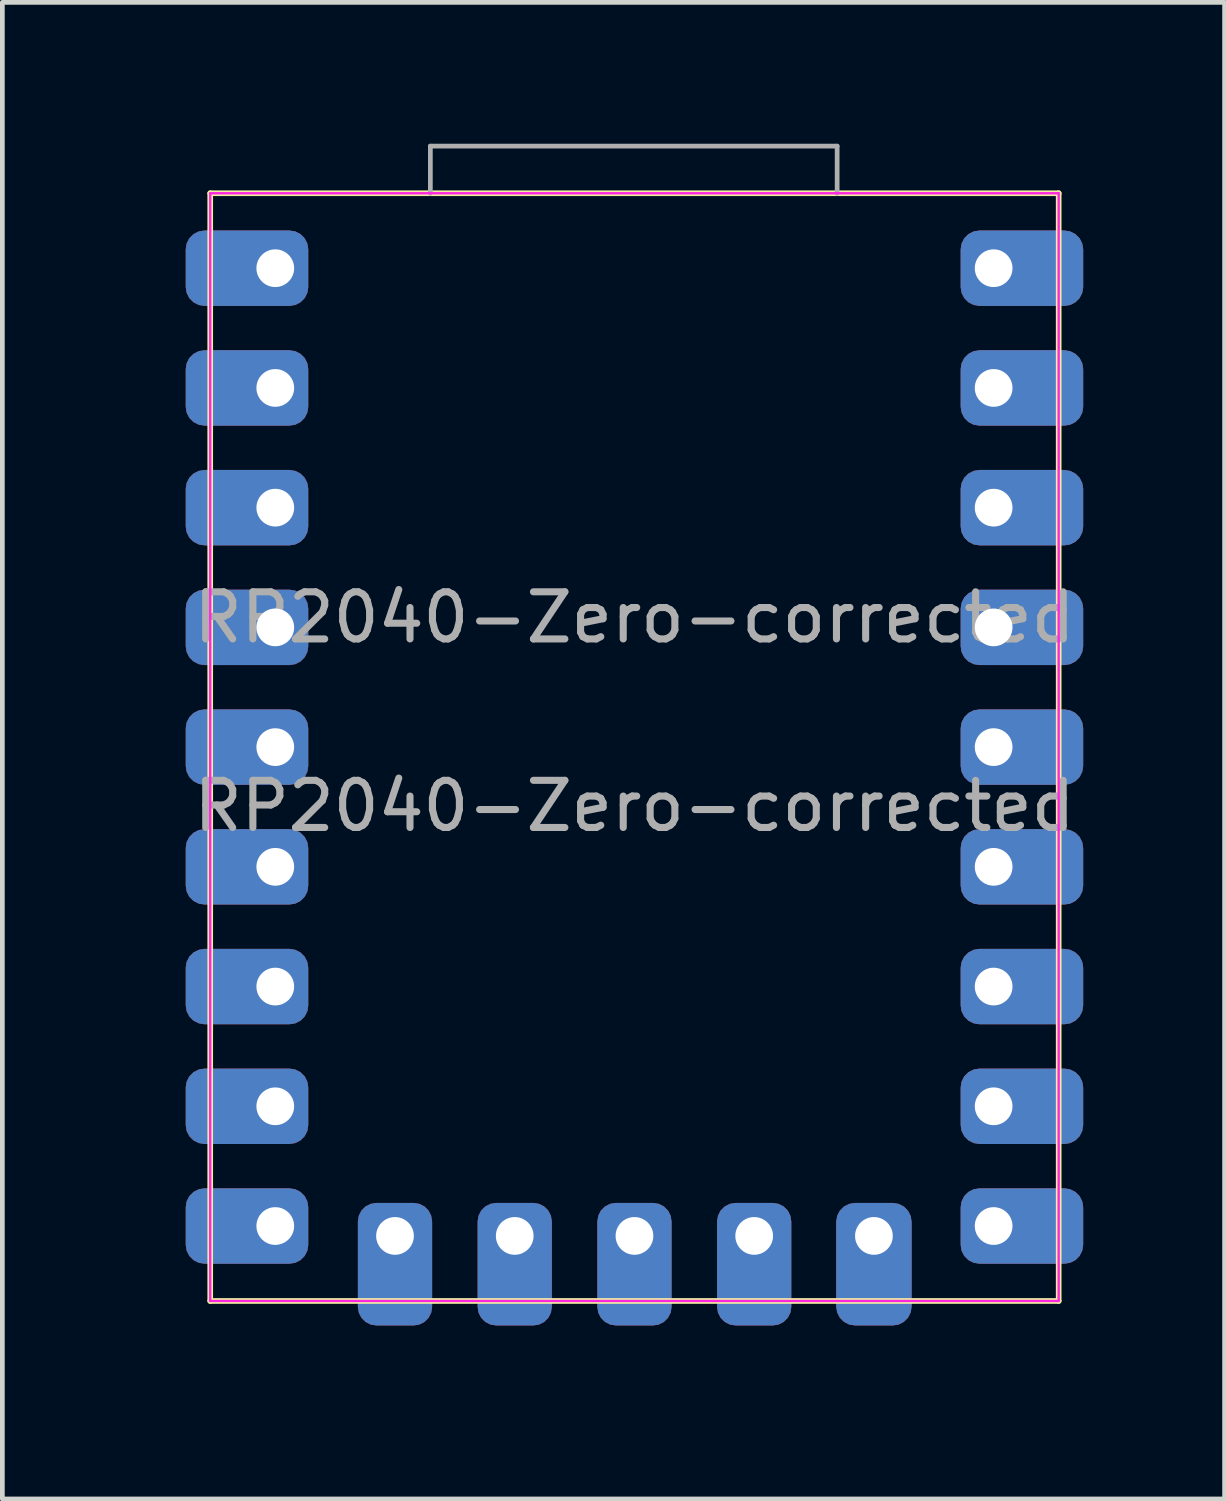
<source format=kicad_pcb>
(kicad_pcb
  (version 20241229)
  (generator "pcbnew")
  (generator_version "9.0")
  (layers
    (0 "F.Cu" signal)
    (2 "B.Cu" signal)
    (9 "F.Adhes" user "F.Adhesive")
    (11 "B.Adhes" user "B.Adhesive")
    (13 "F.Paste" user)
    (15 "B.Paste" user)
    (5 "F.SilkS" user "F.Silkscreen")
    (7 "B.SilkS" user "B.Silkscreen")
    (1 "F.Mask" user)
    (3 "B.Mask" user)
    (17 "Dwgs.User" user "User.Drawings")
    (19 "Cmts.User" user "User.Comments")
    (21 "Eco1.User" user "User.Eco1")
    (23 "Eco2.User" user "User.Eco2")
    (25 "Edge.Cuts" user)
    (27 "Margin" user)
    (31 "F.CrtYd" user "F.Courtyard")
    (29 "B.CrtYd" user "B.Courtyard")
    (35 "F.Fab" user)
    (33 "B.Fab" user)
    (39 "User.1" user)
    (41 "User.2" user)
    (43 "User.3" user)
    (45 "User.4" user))
  (footprint "RP2040-Zero-corrected"
    (layer "F.Cu")
    (at 0.25 25.5)
    (property "Reference" "RP2040-Zero-corrected" (at 10.16 -15.45 0) (unlocked yes) (layer "F.Fab") (effects (font (size 1 1) (thickness 0.15))))
    (attr through_hole)
    (fp_line (start 1.16 -24.45) (end 1.16 -0.95) (stroke (width 0.12) (type solid)) (layer "F.SilkS"))
    (fp_line (start 1.16 -0.95) (end 19.16 -0.95) (stroke (width 0.12) (type solid)) (layer "F.SilkS"))
    (fp_line (start 19.16 -24.45) (end 1.16 -24.45) (stroke (width 0.12) (type solid)) (layer "F.SilkS"))
    (fp_line (start 19.16 -0.95) (end 19.16 -24.45) (stroke (width 0.12) (type solid)) (layer "F.SilkS"))
    (fp_line (start 1.16 -24.45) (end 19.16 -24.45) (stroke (width 0.05) (type solid)) (layer "F.CrtYd"))
    (fp_line (start 1.16 -0.95) (end 1.16 -24.45) (stroke (width 0.05) (type solid)) (layer "F.CrtYd"))
    (fp_line (start 19.16 -24.45) (end 19.16 -0.95) (stroke (width 0.05) (type solid)) (layer "F.CrtYd"))
    (fp_line (start 19.16 -0.95) (end 1.16 -0.95) (stroke (width 0.05) (type solid)) (layer "F.CrtYd"))
    (fp_line (start 5.83 -25.45) (end 5.83 -24.45) (stroke (width 0.1) (type solid)) (layer "F.Fab"))
    (fp_line (start 5.83 -25.45) (end 14.46 -25.45) (stroke (width 0.1) (type solid)) (layer "F.Fab"))
    (fp_line (start 14.46 -25.45) (end 14.46 -24.45) (stroke (width 0.1) (type solid)) (layer "F.Fab"))
    (fp_text user "${REFERENCE}" (at 10.16 -11.45 0) (unlocked yes) (layer "F.Fab") (effects (font (size 1 1) (thickness 0.15))))
    (pad "1" thru_hole roundrect (at 17.78 -22.86) (size 2.6 1.6) (drill 0.8 (offset 0.6 0)) (layers "*.Cu" "*.Mask") (roundrect_rratio 0.25))
    (pad "2" thru_hole roundrect (at 17.78 -20.32) (size 2.6 1.6) (drill 0.8 (offset 0.6 0)) (layers "*.Cu" "*.Mask") (roundrect_rratio 0.25))
    (pad "3" thru_hole roundrect (at 17.78 -17.78) (size 2.6 1.6) (drill 0.8 (offset 0.6 0)) (layers "*.Cu" "*.Mask") (roundrect_rratio 0.25))
    (pad "4" thru_hole roundrect (at 17.78 -15.24) (size 2.6 1.6) (drill 0.8 (offset 0.6 0)) (layers "*.Cu" "*.Mask") (roundrect_rratio 0.25))
    (pad "5" thru_hole roundrect (at 17.78 -12.7) (size 2.6 1.6) (drill 0.8 (offset 0.6 0)) (layers "*.Cu" "*.Mask") (roundrect_rratio 0.25))
    (pad "6" thru_hole roundrect (at 17.78 -10.16) (size 2.6 1.6) (drill 0.8 (offset 0.6 0)) (layers "*.Cu" "*.Mask") (roundrect_rratio 0.25))
    (pad "7" thru_hole roundrect (at 17.78 -7.62) (size 2.6 1.6) (drill 0.8 (offset 0.6 0)) (layers "*.Cu" "*.Mask") (roundrect_rratio 0.25))
    (pad "8" thru_hole roundrect (at 17.78 -5.08) (size 2.6 1.6) (drill 0.8 (offset 0.6 0)) (layers "*.Cu" "*.Mask") (roundrect_rratio 0.25))
    (pad "9" thru_hole roundrect (at 17.78 -2.54) (size 2.6 1.6) (drill 0.8 (offset 0.6 0)) (layers "*.Cu" "*.Mask") (roundrect_rratio 0.25))
    (pad "10" thru_hole roundrect (at 15.24 -2.33) (size 1.6 2.6) (drill 0.8 (offset 0 0.6)) (layers "*.Cu" "*.Mask") (roundrect_rratio 0.25))
    (pad "11" thru_hole roundrect (at 12.7 -2.33) (size 1.575 2.6) (drill 0.8 (offset 0 0.6)) (layers "*.Cu" "*.Mask") (roundrect_rratio 0.25))
    (pad "12" thru_hole roundrect (at 10.16 -2.33) (size 1.575 2.6) (drill 0.8 (offset 0 0.6)) (layers "*.Cu" "*.Mask") (roundrect_rratio 0.25))
    (pad "13" thru_hole roundrect (at 7.62 -2.33) (size 1.575 2.6) (drill 0.8 (offset 0 0.6)) (layers "*.Cu" "*.Mask") (roundrect_rratio 0.25))
    (pad "14" thru_hole roundrect (at 5.08 -2.33) (size 1.575 2.6) (drill 0.8 (offset 0 0.6)) (layers "*.Cu" "*.Mask") (roundrect_rratio 0.25))
    (pad "15" thru_hole roundrect (at 2.54 -2.54) (size 2.6 1.6) (drill 0.8 (offset -0.6 0)) (layers "*.Cu" "*.Mask") (roundrect_rratio 0.25))
    (pad "16" thru_hole roundrect (at 2.54 -5.08) (size 2.6 1.6) (drill 0.8 (offset -0.6 0)) (layers "*.Cu" "*.Mask") (roundrect_rratio 0.25))
    (pad "17" thru_hole roundrect (at 2.54 -7.62) (size 2.6 1.6) (drill 0.8 (offset -0.6 0)) (layers "*.Cu" "*.Mask") (roundrect_rratio 0.25))
    (pad "18" thru_hole roundrect (at 2.54 -10.16) (size 2.6 1.6) (drill 0.8 (offset -0.6 0)) (layers "*.Cu" "*.Mask") (roundrect_rratio 0.25))
    (pad "19" thru_hole roundrect (at 2.54 -12.7) (size 2.6 1.6) (drill 0.8 (offset -0.6 0)) (layers "*.Cu" "*.Mask") (roundrect_rratio 0.25))
    (pad "20" thru_hole roundrect (at 2.54 -15.24) (size 2.6 1.6) (drill 0.8 (offset -0.6 0)) (layers "*.Cu" "*.Mask") (roundrect_rratio 0.25))
    (pad "21" thru_hole roundrect (at 2.54 -17.78) (size 2.6 1.6) (drill 0.8 (offset -0.6 0)) (layers "*.Cu" "*.Mask") (roundrect_rratio 0.25))
    (pad "22" thru_hole roundrect (at 2.54 -22.86) (size 2.6 1.6) (drill 0.8 (offset -0.6 0)) (layers "*.Cu" "*.Mask") (roundrect_rratio 0.25))
    (pad "23" thru_hole roundrect (at 2.54 -20.32) (size 2.6 1.6) (drill 0.8 (offset -0.6 0)) (layers "*.Cu" "*.Mask") (roundrect_rratio 0.25)))
  (gr_rect
    (start -3 -3)
    (end 22.93 28.75)
    (stroke (width 0.1) (type default))
    (fill no)
    (layer "Edge.Cuts")))
</source>
